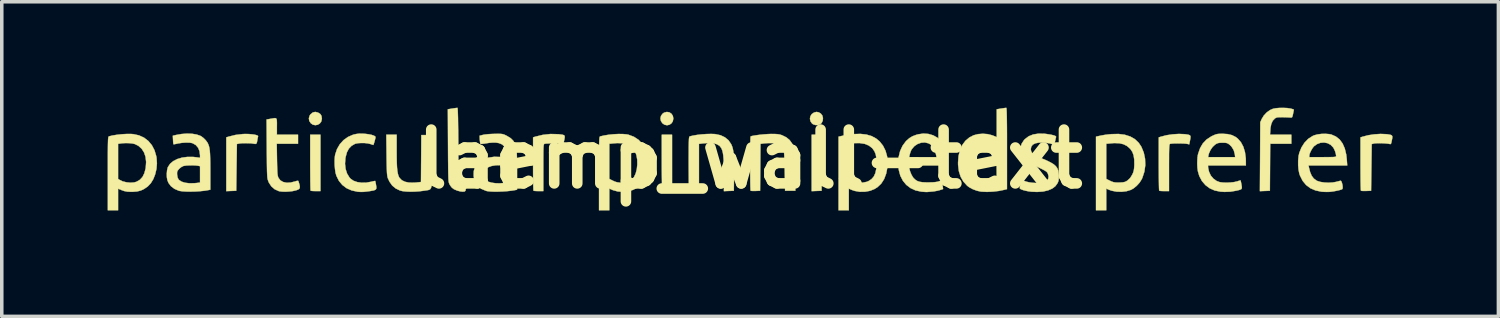
<source format=kicad_pcb>
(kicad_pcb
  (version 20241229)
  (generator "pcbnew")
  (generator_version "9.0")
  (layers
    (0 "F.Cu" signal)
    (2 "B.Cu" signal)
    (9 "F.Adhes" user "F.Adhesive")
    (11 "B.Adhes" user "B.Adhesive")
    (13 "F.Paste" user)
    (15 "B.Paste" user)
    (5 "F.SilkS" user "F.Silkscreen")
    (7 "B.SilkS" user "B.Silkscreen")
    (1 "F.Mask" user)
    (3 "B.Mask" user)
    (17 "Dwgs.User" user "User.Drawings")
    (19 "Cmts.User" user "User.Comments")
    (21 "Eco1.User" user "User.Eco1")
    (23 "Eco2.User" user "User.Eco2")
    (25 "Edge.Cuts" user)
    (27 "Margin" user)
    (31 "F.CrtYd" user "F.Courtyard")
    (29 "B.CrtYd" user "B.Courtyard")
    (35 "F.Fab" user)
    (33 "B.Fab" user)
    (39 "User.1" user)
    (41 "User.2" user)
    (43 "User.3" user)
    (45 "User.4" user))
  (footprint "laemp_wall-text"
    (layer "F.Cu")
    (at 18.202 1.456)
    (property "Reference" "laemp_wall-text" (at 0 0 0) (layer "F.SilkS") (effects (font (size 1.524 1.524) (thickness 0.3))))
    (attr through_hole)
    (fp_poly (pts (xy 2.028 0.104) (xy 2.023 0.898) (xy 1.882 0.903) (xy 1.742 0.909) (xy 1.742 -0.689) (xy 2.032 -0.689) (xy 2.028 0.104)) (stroke (width 0.01) (type solid)) (fill yes) (layer "F.SilkS"))
    (fp_poly (pts (xy -12.174 0.907) (xy -12.307 0.907) (xy -12.373 0.906) (xy -12.425 0.902) (xy -12.451 0.896) (xy -12.452 0.895) (xy -12.455 0.875) (xy -12.457 0.822) (xy -12.459 0.741) (xy -12.461 0.634) (xy -12.462 0.507) (xy -12.463 0.362) (xy -12.464 0.203) (xy -12.464 0.097) (xy -12.464 -0.689) (xy -12.174 -0.689) (xy -12.174 0.907)) (stroke (width 0.01) (type solid)) (fill yes) (layer "F.SilkS"))
    (fp_poly (pts (xy -2.288 -1.323) (xy -2.229 -1.283) (xy -2.19 -1.221) (xy -2.177 -1.148) (xy -2.192 -1.07) (xy -2.232 -1.01) (xy -2.289 -0.972) (xy -2.356 -0.958) (xy -2.426 -0.973) (xy -2.487 -1.015) (xy -2.529 -1.08) (xy -2.542 -1.153) (xy -2.526 -1.224) (xy -2.483 -1.284) (xy -2.437 -1.316) (xy -2.36 -1.335) (xy -2.288 -1.323)) (stroke (width 0.01) (type solid)) (fill yes) (layer "F.SilkS"))
    (fp_poly (pts (xy -2.213 0.907) (xy -2.346 0.907) (xy -2.413 0.906) (xy -2.464 0.902) (xy -2.491 0.896) (xy -2.492 0.895) (xy -2.494 0.875) (xy -2.497 0.822) (xy -2.499 0.741) (xy -2.5 0.634) (xy -2.502 0.507) (xy -2.503 0.362) (xy -2.504 0.203) (xy -2.504 0.097) (xy -2.504 -0.689) (xy -2.213 -0.689) (xy -2.213 0.907)) (stroke (width 0.01) (type solid)) (fill yes) (layer "F.SilkS"))
    (fp_poly (pts (xy 1.944 -1.323) (xy 2.001 -1.288) (xy 2.044 -1.233) (xy 2.062 -1.163) (xy 2.056 -1.09) (xy 2.026 -1.024) (xy 1.989 -0.988) (xy 1.927 -0.964) (xy 1.854 -0.963) (xy 1.786 -0.984) (xy 1.755 -1.005) (xy 1.709 -1.069) (xy 1.693 -1.141) (xy 1.706 -1.213) (xy 1.746 -1.275) (xy 1.809 -1.318) (xy 1.88 -1.336) (xy 1.944 -1.323)) (stroke (width 0.01) (type solid)) (fill yes) (layer "F.SilkS"))
    (fp_poly (pts (xy -12.243 -1.317) (xy -12.238 -1.314) (xy -12.177 -1.275) (xy -12.145 -1.223) (xy -12.134 -1.149) (xy -12.134 -1.136) (xy -12.151 -1.063) (xy -12.193 -1.007) (xy -12.252 -0.972) (xy -12.32 -0.96) (xy -12.39 -0.975) (xy -12.447 -1.015) (xy -12.491 -1.081) (xy -12.502 -1.156) (xy -12.48 -1.231) (xy -12.455 -1.267) (xy -12.392 -1.319) (xy -12.321 -1.336) (xy -12.243 -1.317)) (stroke (width 0.01) (type solid)) (fill yes) (layer "F.SilkS"))
    (fp_poly (pts (xy -14.208 -0.709) (xy -14.115 -0.701) (xy -14.036 -0.69) (xy -13.977 -0.675) (xy -13.944 -0.658) (xy -13.94 -0.645) (xy -13.948 -0.613) (xy -13.958 -0.562) (xy -13.961 -0.541) (xy -13.973 -0.475) (xy -13.988 -0.44) (xy -14.014 -0.428) (xy -14.056 -0.433) (xy -14.07 -0.436) (xy -14.131 -0.445) (xy -14.215 -0.449) (xy -14.308 -0.45) (xy -14.397 -0.448) (xy -14.469 -0.441) (xy -14.487 -0.438) (xy -14.541 -0.426) (xy -14.551 0.236) (xy -14.56 0.898) (xy -14.7 0.903) (xy -14.841 0.909) (xy -14.841 -0.614) (xy -14.782 -0.633) (xy -14.583 -0.683) (xy -14.377 -0.708) (xy -14.309 -0.711) (xy -14.208 -0.709)) (stroke (width 0.01) (type solid)) (fill yes) (layer "F.SilkS"))
    (fp_poly (pts (xy 18.024 -0.705) (xy 18.072 -0.699) (xy 18.138 -0.687) (xy 18.176 -0.671) (xy 18.192 -0.643) (xy 18.19 -0.595) (xy 18.179 -0.536) (xy 18.166 -0.472) (xy 18.155 -0.437) (xy 18.141 -0.424) (xy 18.121 -0.426) (xy 18.118 -0.427) (xy 18.071 -0.436) (xy 17.999 -0.443) (xy 17.913 -0.448) (xy 17.825 -0.45) (xy 17.746 -0.448) (xy 17.687 -0.444) (xy 17.671 -0.441) (xy 17.608 -0.424) (xy 17.599 0.237) (xy 17.59 0.898) (xy 17.453 0.903) (xy 17.385 0.904) (xy 17.333 0.902) (xy 17.304 0.897) (xy 17.303 0.896) (xy 17.3 0.875) (xy 17.298 0.823) (xy 17.295 0.741) (xy 17.293 0.635) (xy 17.292 0.509) (xy 17.291 0.365) (xy 17.29 0.208) (xy 17.29 0.134) (xy 17.29 -0.614) (xy 17.349 -0.633) (xy 17.51 -0.675) (xy 17.686 -0.701) (xy 17.861 -0.712) (xy 18.024 -0.705)) (stroke (width 0.01) (type solid)) (fill yes) (layer "F.SilkS"))
    (fp_poly (pts (xy 15.215 -1.445) (xy 15.306 -1.431) (xy 15.311 -1.43) (xy 15.363 -1.416) (xy 15.396 -1.404) (xy 15.402 -1.398) (xy 15.399 -1.376) (xy 15.389 -1.33) (xy 15.379 -1.279) (xy 15.365 -1.219) (xy 15.352 -1.187) (xy 15.335 -1.176) (xy 15.312 -1.176) (xy 15.274 -1.179) (xy 15.212 -1.182) (xy 15.134 -1.184) (xy 15.092 -1.185) (xy 15.007 -1.186) (xy 14.949 -1.183) (xy 14.91 -1.175) (xy 14.88 -1.16) (xy 14.866 -1.151) (xy 14.804 -1.086) (xy 14.763 -0.997) (xy 14.739 -0.879) (xy 14.736 -0.832) (xy 14.727 -0.689) (xy 15.331 -0.689) (xy 15.331 -0.435) (xy 15.032 -0.435) (xy 14.732 -0.435) (xy 14.723 0.898) (xy 14.44 0.909) (xy 14.446 -0.067) (xy 14.451 -1.043) (xy 14.494 -1.139) (xy 14.553 -1.235) (xy 14.635 -1.322) (xy 14.73 -1.389) (xy 14.81 -1.424) (xy 14.89 -1.44) (xy 14.994 -1.449) (xy 15.106 -1.45) (xy 15.215 -1.445)) (stroke (width 0.01) (type solid)) (fill yes) (layer "F.SilkS"))
    (fp_poly (pts (xy -8.289 -1.433) (xy -8.284 -1.379) (xy -8.281 -1.29) (xy -8.277 -1.165) (xy -8.275 -1.006) (xy -8.272 -0.812) (xy -8.27 -0.584) (xy -8.269 -0.443) (xy -8.264 0.565) (xy -8.205 0.618) (xy -8.139 0.661) (xy -8.089 0.671) (xy -8.033 0.671) (xy -8.046 0.774) (xy -8.055 0.835) (xy -8.063 0.883) (xy -8.068 0.901) (xy -8.093 0.919) (xy -8.144 0.924) (xy -8.213 0.916) (xy -8.293 0.895) (xy -8.305 0.891) (xy -8.39 0.855) (xy -8.451 0.809) (xy -8.5 0.745) (xy -8.515 0.717) (xy -8.524 0.7) (xy -8.531 0.683) (xy -8.537 0.662) (xy -8.542 0.634) (xy -8.546 0.595) (xy -8.549 0.544) (xy -8.551 0.477) (xy -8.553 0.391) (xy -8.555 0.283) (xy -8.556 0.15) (xy -8.558 -0.011) (xy -8.559 -0.203) (xy -8.56 -0.383) (xy -8.565 -1.41) (xy -8.438 -1.431) (xy -8.373 -1.441) (xy -8.321 -1.448) (xy -8.294 -1.451) (xy -8.293 -1.451) (xy -8.289 -1.433)) (stroke (width 0.01) (type solid)) (fill yes) (layer "F.SilkS"))
    (fp_poly (pts (xy -5.434 -0.704) (xy -5.396 -0.7) (xy -5.321 -0.69) (xy -5.276 -0.677) (xy -5.256 -0.654) (xy -5.254 -0.615) (xy -5.265 -0.552) (xy -5.267 -0.543) (xy -5.291 -0.426) (xy -5.353 -0.435) (xy -5.406 -0.44) (xy -5.479 -0.443) (xy -5.563 -0.444) (xy -5.649 -0.444) (xy -5.728 -0.441) (xy -5.79 -0.438) (xy -5.826 -0.432) (xy -5.828 -0.431) (xy -5.837 -0.426) (xy -5.843 -0.414) (xy -5.849 -0.394) (xy -5.853 -0.36) (xy -5.856 -0.31) (xy -5.858 -0.239) (xy -5.859 -0.146) (xy -5.86 -0.025) (xy -5.86 0.126) (xy -5.86 0.244) (xy -5.86 0.907) (xy -5.993 0.907) (xy -6.06 0.906) (xy -6.111 0.902) (xy -6.137 0.896) (xy -6.138 0.895) (xy -6.141 0.875) (xy -6.143 0.822) (xy -6.146 0.741) (xy -6.147 0.635) (xy -6.149 0.509) (xy -6.15 0.365) (xy -6.15 0.208) (xy -6.15 0.134) (xy -6.15 -0.614) (xy -6.091 -0.633) (xy -5.878 -0.685) (xy -5.655 -0.71) (xy -5.434 -0.704)) (stroke (width 0.01) (type solid)) (fill yes) (layer "F.SilkS"))
    (fp_poly (pts (xy 12.309 -0.705) (xy 12.357 -0.699) (xy 12.422 -0.687) (xy 12.459 -0.672) (xy 12.474 -0.645) (xy 12.472 -0.597) (xy 12.462 -0.537) (xy 12.439 -0.416) (xy 12.384 -0.43) (xy 12.34 -0.436) (xy 12.273 -0.441) (xy 12.192 -0.443) (xy 12.105 -0.444) (xy 12.022 -0.443) (xy 11.953 -0.439) (xy 11.907 -0.434) (xy 11.897 -0.431) (xy 11.889 -0.426) (xy 11.882 -0.414) (xy 11.877 -0.394) (xy 11.873 -0.36) (xy 11.87 -0.31) (xy 11.868 -0.239) (xy 11.866 -0.146) (xy 11.866 -0.025) (xy 11.865 0.126) (xy 11.865 0.244) (xy 11.865 0.907) (xy 11.732 0.907) (xy 11.666 0.906) (xy 11.615 0.902) (xy 11.588 0.896) (xy 11.587 0.895) (xy 11.585 0.875) (xy 11.582 0.822) (xy 11.58 0.741) (xy 11.578 0.635) (xy 11.577 0.509) (xy 11.576 0.365) (xy 11.575 0.208) (xy 11.575 0.134) (xy 11.575 -0.614) (xy 11.634 -0.633) (xy 11.795 -0.675) (xy 11.971 -0.701) (xy 12.146 -0.712) (xy 12.309 -0.705)) (stroke (width 0.01) (type solid)) (fill yes) (layer "F.SilkS"))
    (fp_poly (pts (xy -10.015 -0.224) (xy -10.014 -0.041) (xy -10.011 0.11) (xy -10.005 0.232) (xy -9.996 0.33) (xy -9.983 0.406) (xy -9.967 0.466) (xy -9.947 0.512) (xy -9.936 0.53) (xy -9.871 0.598) (xy -9.781 0.643) (xy -9.666 0.667) (xy -9.523 0.669) (xy -9.446 0.663) (xy -9.326 0.65) (xy -9.321 -0.015) (xy -9.316 -0.68) (xy -9.026 -0.68) (xy -9.021 0.076) (xy -9.02 0.266) (xy -9.018 0.422) (xy -9.018 0.548) (xy -9.019 0.648) (xy -9.024 0.725) (xy -9.031 0.782) (xy -9.044 0.823) (xy -9.062 0.85) (xy -9.086 0.867) (xy -9.117 0.877) (xy -9.157 0.884) (xy -9.206 0.891) (xy -9.245 0.897) (xy -9.367 0.913) (xy -9.497 0.922) (xy -9.627 0.925) (xy -9.748 0.92) (xy -9.85 0.908) (xy -9.918 0.892) (xy -10.041 0.833) (xy -10.141 0.75) (xy -10.219 0.639) (xy -10.263 0.544) (xy -10.272 0.517) (xy -10.279 0.482) (xy -10.285 0.438) (xy -10.29 0.378) (xy -10.293 0.299) (xy -10.296 0.197) (xy -10.299 0.068) (xy -10.301 -0.093) (xy -10.301 -0.113) (xy -10.308 -0.689) (xy -10.161 -0.689) (xy -10.015 -0.689) (xy -10.015 -0.224)) (stroke (width 0.01) (type solid)) (fill yes) (layer "F.SilkS"))
    (fp_poly (pts (xy 3.293 -0.694) (xy 3.44 -0.651) (xy 3.569 -0.581) (xy 3.67 -0.496) (xy 3.764 -0.377) (xy 3.834 -0.236) (xy 3.879 -0.077) (xy 3.896 0.092) (xy 3.888 0.234) (xy 3.852 0.414) (xy 3.795 0.566) (xy 3.715 0.692) (xy 3.611 0.792) (xy 3.526 0.847) (xy 3.397 0.899) (xy 3.251 0.926) (xy 3.101 0.927) (xy 2.956 0.901) (xy 2.874 0.872) (xy 2.794 0.837) (xy 2.794 1.451) (xy 2.504 1.451) (xy 2.504 -0.433) (xy 2.794 -0.433) (xy 2.794 0.558) (xy 2.836 0.586) (xy 2.943 0.638) (xy 3.064 0.665) (xy 3.188 0.668) (xy 3.303 0.645) (xy 3.351 0.625) (xy 3.438 0.568) (xy 3.503 0.493) (xy 3.547 0.396) (xy 3.573 0.273) (xy 3.583 0.121) (xy 3.583 0.109) (xy 3.576 -0.026) (xy 3.556 -0.135) (xy 3.519 -0.224) (xy 3.463 -0.302) (xy 3.451 -0.315) (xy 3.36 -0.384) (xy 3.243 -0.431) (xy 3.104 -0.453) (xy 2.943 -0.451) (xy 2.895 -0.445) (xy 2.794 -0.433) (xy 2.504 -0.433) (xy 2.504 -0.634) (xy 2.545 -0.644) (xy 2.651 -0.667) (xy 2.736 -0.683) (xy 2.813 -0.695) (xy 2.897 -0.704) (xy 2.93 -0.707) (xy 3.123 -0.713) (xy 3.293 -0.694)) (stroke (width 0.01) (type solid)) (fill yes) (layer "F.SilkS"))
    (fp_poly (pts (xy -13.433 -1.154) (xy -13.416 -1.131) (xy -13.409 -1.087) (xy -13.407 -1.016) (xy -13.408 -0.925) (xy -13.408 -0.689) (xy -12.809 -0.689) (xy -12.809 -0.435) (xy -13.412 -0.435) (xy -13.405 0.014) (xy -13.402 0.155) (xy -13.399 0.266) (xy -13.396 0.35) (xy -13.392 0.412) (xy -13.386 0.458) (xy -13.378 0.493) (xy -13.369 0.52) (xy -13.362 0.535) (xy -13.309 0.604) (xy -13.232 0.649) (xy -13.135 0.671) (xy -13.023 0.666) (xy -12.903 0.637) (xy -12.84 0.618) (xy -12.806 0.617) (xy -12.799 0.624) (xy -12.771 0.715) (xy -12.758 0.778) (xy -12.761 0.821) (xy -12.783 0.85) (xy -12.825 0.872) (xy -12.874 0.888) (xy -12.957 0.907) (xy -13.058 0.919) (xy -13.163 0.925) (xy -13.26 0.922) (xy -13.338 0.912) (xy -13.354 0.908) (xy -13.471 0.855) (xy -13.565 0.773) (xy -13.635 0.666) (xy -13.648 0.636) (xy -13.657 0.611) (xy -13.665 0.586) (xy -13.672 0.558) (xy -13.677 0.523) (xy -13.681 0.477) (xy -13.684 0.417) (xy -13.687 0.34) (xy -13.689 0.242) (xy -13.691 0.119) (xy -13.692 -0.032) (xy -13.694 -0.214) (xy -13.694 -0.293) (xy -13.7 -1.121) (xy -13.584 -1.141) (xy -13.513 -1.154) (xy -13.464 -1.16) (xy -13.433 -1.154)) (stroke (width 0.01) (type solid)) (fill yes) (layer "F.SilkS"))
    (fp_poly (pts (xy 10.613 -0.688) (xy 10.769 -0.638) (xy 10.901 -0.562) (xy 11.009 -0.458) (xy 11.082 -0.348) (xy 11.15 -0.183) (xy 11.187 -0.006) (xy 11.193 0.177) (xy 11.167 0.358) (xy 11.11 0.532) (xy 11.091 0.573) (xy 11.032 0.667) (xy 10.951 0.756) (xy 10.86 0.831) (xy 10.787 0.872) (xy 10.664 0.91) (xy 10.524 0.927) (xy 10.379 0.923) (xy 10.243 0.897) (xy 10.173 0.873) (xy 10.087 0.836) (xy 10.087 1.451) (xy 9.797 1.451) (xy 9.797 -0.433) (xy 10.087 -0.433) (xy 10.087 0.562) (xy 10.165 0.601) (xy 10.237 0.636) (xy 10.298 0.656) (xy 10.36 0.665) (xy 10.44 0.666) (xy 10.474 0.665) (xy 10.552 0.66) (xy 10.606 0.65) (xy 10.651 0.632) (xy 10.691 0.606) (xy 10.764 0.538) (xy 10.822 0.445) (xy 10.849 0.386) (xy 10.866 0.332) (xy 10.876 0.269) (xy 10.882 0.186) (xy 10.883 0.162) (xy 10.881 0.015) (xy 10.863 -0.105) (xy 10.826 -0.204) (xy 10.769 -0.287) (xy 10.764 -0.292) (xy 10.678 -0.368) (xy 10.577 -0.42) (xy 10.457 -0.448) (xy 10.314 -0.453) (xy 10.207 -0.445) (xy 10.087 -0.433) (xy 9.797 -0.433) (xy 9.797 -0.634) (xy 9.838 -0.644) (xy 9.951 -0.668) (xy 10.046 -0.685) (xy 10.139 -0.697) (xy 10.233 -0.706) (xy 10.434 -0.711) (xy 10.613 -0.688)) (stroke (width 0.01) (type solid)) (fill yes) (layer "F.SilkS"))
    (fp_poly (pts (xy -1 -0.708) (xy -0.986 -0.706) (xy -0.84 -0.675) (xy -0.716 -0.616) (xy -0.615 -0.533) (xy -0.541 -0.425) (xy -0.528 -0.399) (xy -0.506 -0.343) (xy -0.489 -0.281) (xy -0.476 -0.21) (xy -0.466 -0.124) (xy -0.46 -0.02) (xy -0.457 0.108) (xy -0.456 0.264) (xy -0.457 0.408) (xy -0.463 0.898) (xy -0.603 0.903) (xy -0.744 0.909) (xy -0.744 0.45) (xy -0.745 0.268) (xy -0.748 0.119) (xy -0.754 -0.003) (xy -0.762 -0.101) (xy -0.774 -0.179) (xy -0.79 -0.242) (xy -0.81 -0.294) (xy -0.817 -0.309) (xy -0.867 -0.374) (xy -0.942 -0.42) (xy -1.044 -0.447) (xy -1.175 -0.455) (xy -1.335 -0.444) (xy -1.356 -0.442) (xy -1.451 -0.43) (xy -1.451 0.907) (xy -1.584 0.907) (xy -1.651 0.906) (xy -1.702 0.902) (xy -1.729 0.896) (xy -1.73 0.895) (xy -1.732 0.875) (xy -1.735 0.822) (xy -1.737 0.741) (xy -1.739 0.635) (xy -1.74 0.508) (xy -1.741 0.364) (xy -1.742 0.207) (xy -1.742 0.125) (xy -1.742 -0.061) (xy -1.741 -0.214) (xy -1.741 -0.337) (xy -1.739 -0.434) (xy -1.737 -0.508) (xy -1.735 -0.561) (xy -1.731 -0.598) (xy -1.726 -0.622) (xy -1.72 -0.635) (xy -1.713 -0.641) (xy -1.71 -0.643) (xy -1.617 -0.665) (xy -1.499 -0.685) (xy -1.367 -0.7) (xy -1.232 -0.709) (xy -1.106 -0.712) (xy -1 -0.708)) (stroke (width 0.01) (type solid)) (fill yes) (layer "F.SilkS"))
    (fp_poly (pts (xy 0.7 -0.71) (xy 0.777 -0.705) (xy 0.838 -0.695) (xy 0.891 -0.679) (xy 0.904 -0.674) (xy 1.024 -0.615) (xy 1.117 -0.539) (xy 1.188 -0.439) (xy 1.242 -0.31) (xy 1.246 -0.297) (xy 1.255 -0.262) (xy 1.263 -0.222) (xy 1.268 -0.173) (xy 1.273 -0.111) (xy 1.275 -0.03) (xy 1.277 0.073) (xy 1.278 0.204) (xy 1.279 0.354) (xy 1.279 0.898) (xy 0.989 0.898) (xy 0.979 0.345) (xy 0.975 0.164) (xy 0.971 0.018) (xy 0.966 -0.095) (xy 0.96 -0.179) (xy 0.953 -0.235) (xy 0.946 -0.263) (xy 0.898 -0.341) (xy 0.831 -0.403) (xy 0.763 -0.435) (xy 0.697 -0.447) (xy 0.609 -0.452) (xy 0.509 -0.452) (xy 0.412 -0.446) (xy 0.375 -0.442) (xy 0.291 -0.431) (xy 0.286 0.234) (xy 0.281 0.898) (xy 0.153 0.903) (xy 0.088 0.904) (xy 0.038 0.902) (xy 0.013 0.896) (xy 0.013 0.896) (xy 0.01 0.875) (xy 0.007 0.823) (xy 0.005 0.744) (xy 0.003 0.643) (xy 0.002 0.524) (xy 0.001 0.391) (xy 0.000354 0.251) (xy 0.000274 0.106) (xy 0.001 -0.038) (xy 0.001 -0.177) (xy 0.003 -0.305) (xy 0.004 -0.42) (xy 0.006 -0.515) (xy 0.008 -0.587) (xy 0.011 -0.63) (xy 0.014 -0.641) (xy 0.048 -0.653) (xy 0.112 -0.665) (xy 0.195 -0.678) (xy 0.292 -0.69) (xy 0.393 -0.7) (xy 0.491 -0.707) (xy 0.578 -0.711) (xy 0.597 -0.711) (xy 0.7 -0.71)) (stroke (width 0.01) (type solid)) (fill yes) (layer "F.SilkS"))
    (fp_poly (pts (xy -3.608 -0.709) (xy -3.503 -0.7) (xy -3.447 -0.689) (xy -3.293 -0.631) (xy -3.162 -0.545) (xy -3.055 -0.432) (xy -2.974 -0.296) (xy -2.919 -0.137) (xy -2.891 0.044) (xy -2.891 0.045) (xy -2.893 0.207) (xy -2.919 0.366) (xy -2.966 0.515) (xy -3.033 0.645) (xy -3.091 0.721) (xy -3.193 0.808) (xy -3.318 0.873) (xy -3.457 0.914) (xy -3.604 0.929) (xy -3.751 0.918) (xy -3.891 0.879) (xy -3.905 0.873) (xy -3.991 0.836) (xy -3.991 1.451) (xy -4.282 1.451) (xy -4.282 0.409) (xy -4.282 0.188) (xy -4.281 0.001) (xy -4.281 -0.156) (xy -4.28 -0.285) (xy -4.279 -0.388) (xy -4.278 -0.433) (xy -3.991 -0.433) (xy -3.991 0.562) (xy -3.914 0.601) (xy -3.836 0.638) (xy -3.77 0.658) (xy -3.697 0.668) (xy -3.637 0.67) (xy -3.55 0.665) (xy -3.474 0.643) (xy -3.431 0.624) (xy -3.355 0.575) (xy -3.299 0.519) (xy -3.292 0.51) (xy -3.244 0.41) (xy -3.212 0.288) (xy -3.197 0.154) (xy -3.199 0.021) (xy -3.221 -0.103) (xy -3.245 -0.172) (xy -3.308 -0.28) (xy -3.389 -0.361) (xy -3.491 -0.416) (xy -3.615 -0.447) (xy -3.765 -0.453) (xy -3.872 -0.445) (xy -3.991 -0.433) (xy -4.278 -0.433) (xy -4.277 -0.47) (xy -4.275 -0.531) (xy -4.272 -0.576) (xy -4.268 -0.606) (xy -4.264 -0.626) (xy -4.258 -0.636) (xy -4.252 -0.641) (xy -4.25 -0.642) (xy -4.136 -0.668) (xy -4.006 -0.689) (xy -3.869 -0.703) (xy -3.733 -0.71) (xy -3.608 -0.709)) (stroke (width 0.01) (type solid)) (fill yes) (layer "F.SilkS"))
    (fp_poly (pts (xy -17.54 -0.711) (xy -17.475 -0.706) (xy -17.315 -0.671) (xy -17.172 -0.606) (xy -17.05 -0.512) (xy -16.95 -0.392) (xy -16.875 -0.249) (xy -16.826 -0.083) (xy -16.817 -0.031) (xy -16.807 0.123) (xy -16.82 0.279) (xy -16.855 0.429) (xy -16.908 0.566) (xy -16.979 0.683) (xy -17.065 0.774) (xy -17.07 0.778) (xy -17.168 0.846) (xy -17.265 0.892) (xy -17.371 0.918) (xy -17.497 0.928) (xy -17.546 0.928) (xy -17.647 0.923) (xy -17.732 0.906) (xy -17.798 0.883) (xy -17.907 0.839) (xy -17.907 1.451) (xy -18.197 1.451) (xy -18.197 0.409) (xy -18.197 0.188) (xy -18.197 0.001) (xy -18.197 -0.156) (xy -18.196 -0.285) (xy -18.195 -0.389) (xy -18.194 -0.431) (xy -17.907 -0.431) (xy -17.907 0.562) (xy -17.862 0.591) (xy -17.774 0.633) (xy -17.668 0.659) (xy -17.556 0.67) (xy -17.452 0.662) (xy -17.385 0.643) (xy -17.289 0.587) (xy -17.215 0.507) (xy -17.162 0.4) (xy -17.126 0.264) (xy -17.123 0.244) (xy -17.112 0.084) (xy -17.128 -0.061) (xy -17.171 -0.187) (xy -17.239 -0.293) (xy -17.331 -0.375) (xy -17.434 -0.426) (xy -17.503 -0.442) (xy -17.594 -0.451) (xy -17.695 -0.453) (xy -17.792 -0.448) (xy -17.839 -0.442) (xy -17.907 -0.431) (xy -18.194 -0.431) (xy -18.193 -0.47) (xy -18.191 -0.531) (xy -18.188 -0.576) (xy -18.184 -0.607) (xy -18.179 -0.626) (xy -18.174 -0.637) (xy -18.167 -0.642) (xy -18.166 -0.643) (xy -18.063 -0.668) (xy -17.937 -0.688) (xy -17.8 -0.703) (xy -17.663 -0.711) (xy -17.54 -0.711)) (stroke (width 0.01) (type solid)) (fill yes) (layer "F.SilkS"))
    (fp_poly (pts (xy -10.899 -0.714) (xy -10.808 -0.702) (xy -10.727 -0.686) (xy -10.663 -0.665) (xy -10.623 -0.642) (xy -10.614 -0.623) (xy -10.618 -0.594) (xy -10.629 -0.547) (xy -10.644 -0.492) (xy -10.659 -0.442) (xy -10.671 -0.408) (xy -10.676 -0.399) (xy -10.695 -0.405) (xy -10.736 -0.419) (xy -10.761 -0.427) (xy -10.832 -0.444) (xy -10.922 -0.454) (xy -11.019 -0.455) (xy -11.109 -0.45) (xy -11.18 -0.436) (xy -11.196 -0.431) (xy -11.294 -0.374) (xy -11.37 -0.295) (xy -11.425 -0.19) (xy -11.461 -0.056) (xy -11.467 -0.023) (xy -11.478 0.134) (xy -11.462 0.28) (xy -11.42 0.411) (xy -11.354 0.52) (xy -11.319 0.559) (xy -11.238 0.615) (xy -11.133 0.652) (xy -11.011 0.67) (xy -10.878 0.668) (xy -10.741 0.644) (xy -10.737 0.643) (xy -10.679 0.629) (xy -10.638 0.621) (xy -10.623 0.62) (xy -10.617 0.64) (xy -10.608 0.685) (xy -10.599 0.735) (xy -10.59 0.799) (xy -10.594 0.843) (xy -10.617 0.87) (xy -10.663 0.888) (xy -10.74 0.902) (xy -10.756 0.905) (xy -10.866 0.92) (xy -10.951 0.929) (xy -11.022 0.931) (xy -11.089 0.928) (xy -11.122 0.925) (xy -11.288 0.889) (xy -11.432 0.826) (xy -11.553 0.735) (xy -11.651 0.617) (xy -11.722 0.474) (xy -11.746 0.39) (xy -11.762 0.281) (xy -11.772 0.16) (xy -11.773 0.04) (xy -11.766 -0.068) (xy -11.757 -0.125) (xy -11.705 -0.282) (xy -11.625 -0.42) (xy -11.52 -0.536) (xy -11.393 -0.627) (xy -11.248 -0.69) (xy -11.167 -0.709) (xy -11.086 -0.719) (xy -10.994 -0.72) (xy -10.899 -0.714)) (stroke (width 0.01) (type solid)) (fill yes) (layer "F.SilkS"))
    (fp_poly (pts (xy 7.26 -1.437) (xy 7.264 -1.392) (xy 7.267 -1.317) (xy 7.27 -1.21) (xy 7.272 -1.071) (xy 7.274 -0.899) (xy 7.275 -0.692) (xy 7.275 -0.45) (xy 7.275 -0.3) (xy 7.275 0.851) (xy 7.207 0.869) (xy 7.051 0.902) (xy 6.88 0.922) (xy 6.711 0.93) (xy 6.557 0.923) (xy 6.54 0.922) (xy 6.426 0.898) (xy 6.31 0.855) (xy 6.206 0.799) (xy 6.147 0.755) (xy 6.04 0.637) (xy 5.962 0.501) (xy 5.912 0.343) (xy 5.89 0.163) (xy 5.89 0.141) (xy 6.195 0.141) (xy 6.204 0.252) (xy 6.223 0.348) (xy 6.238 0.39) (xy 6.306 0.504) (xy 6.394 0.588) (xy 6.504 0.645) (xy 6.531 0.654) (xy 6.578 0.662) (xy 6.65 0.667) (xy 6.733 0.669) (xy 6.817 0.668) (xy 6.89 0.663) (xy 6.917 0.66) (xy 6.986 0.648) (xy 6.981 0.147) (xy 6.976 -0.354) (xy 6.885 -0.399) (xy 6.797 -0.43) (xy 6.694 -0.449) (xy 6.59 -0.452) (xy 6.497 -0.441) (xy 6.455 -0.428) (xy 6.369 -0.374) (xy 6.293 -0.294) (xy 6.238 -0.199) (xy 6.229 -0.175) (xy 6.207 -0.085) (xy 6.196 0.025) (xy 6.195 0.141) (xy 5.89 0.141) (xy 5.889 0.1) (xy 5.903 -0.086) (xy 5.943 -0.253) (xy 6.008 -0.397) (xy 6.098 -0.518) (xy 6.21 -0.612) (xy 6.328 -0.673) (xy 6.453 -0.706) (xy 6.592 -0.717) (xy 6.731 -0.706) (xy 6.858 -0.673) (xy 6.872 -0.668) (xy 6.985 -0.621) (xy 6.985 -1.41) (xy 7.111 -1.431) (xy 7.176 -1.441) (xy 7.228 -1.448) (xy 7.256 -1.451) (xy 7.256 -1.451) (xy 7.26 -1.437)) (stroke (width 0.01) (type solid)) (fill yes) (layer "F.SilkS"))
    (fp_poly (pts (xy 5.049 -0.712) (xy 5.185 -0.672) (xy 5.307 -0.604) (xy 5.41 -0.512) (xy 5.47 -0.429) (xy 5.515 -0.326) (xy 5.548 -0.198) (xy 5.566 -0.055) (xy 5.57 0.032) (xy 5.57 0.181) (xy 4.495 0.181) (xy 4.507 0.258) (xy 4.529 0.345) (xy 4.565 0.435) (xy 4.608 0.511) (xy 4.632 0.541) (xy 4.683 0.589) (xy 4.738 0.623) (xy 4.804 0.645) (xy 4.889 0.657) (xy 5 0.661) (xy 5.044 0.661) (xy 5.161 0.659) (xy 5.249 0.652) (xy 5.314 0.641) (xy 5.346 0.631) (xy 5.389 0.615) (xy 5.415 0.614) (xy 5.432 0.631) (xy 5.442 0.673) (xy 5.452 0.745) (xy 5.452 0.748) (xy 5.465 0.848) (xy 5.377 0.878) (xy 5.306 0.897) (xy 5.224 0.912) (xy 5.18 0.918) (xy 5.112 0.924) (xy 5.054 0.929) (xy 5.026 0.932) (xy 4.985 0.933) (xy 4.922 0.929) (xy 4.85 0.923) (xy 4.844 0.922) (xy 4.685 0.888) (xy 4.544 0.823) (xy 4.423 0.731) (xy 4.326 0.613) (xy 4.254 0.473) (xy 4.211 0.312) (xy 4.21 0.308) (xy 4.194 0.119) (xy 4.207 -0.054) (xy 4.503 -0.054) (xy 5.279 -0.054) (xy 5.268 -0.113) (xy 5.233 -0.241) (xy 5.178 -0.343) (xy 5.104 -0.417) (xy 5.049 -0.447) (xy 4.949 -0.471) (xy 4.844 -0.463) (xy 4.742 -0.427) (xy 4.652 -0.366) (xy 4.58 -0.282) (xy 4.562 -0.251) (xy 4.541 -0.201) (xy 4.523 -0.14) (xy 4.52 -0.129) (xy 4.503 -0.054) (xy 4.207 -0.054) (xy 4.207 -0.06) (xy 4.248 -0.226) (xy 4.316 -0.375) (xy 4.409 -0.501) (xy 4.425 -0.518) (xy 4.508 -0.591) (xy 4.594 -0.644) (xy 4.698 -0.684) (xy 4.758 -0.701) (xy 4.905 -0.722) (xy 5.049 -0.712)) (stroke (width 0.01) (type solid)) (fill yes) (layer "F.SilkS"))
    (fp_poly (pts (xy 13.526 -0.707) (xy 13.648 -0.678) (xy 13.752 -0.626) (xy 13.814 -0.578) (xy 13.903 -0.476) (xy 13.971 -0.348) (xy 14.017 -0.196) (xy 14.04 -0.024) (xy 14.042 0.05) (xy 14.043 0.181) (xy 12.972 0.181) (xy 12.972 0.223) (xy 12.977 0.264) (xy 12.99 0.324) (xy 13.001 0.364) (xy 13.049 0.468) (xy 13.123 0.556) (xy 13.215 0.621) (xy 13.303 0.654) (xy 13.389 0.665) (xy 13.495 0.669) (xy 13.606 0.664) (xy 13.71 0.652) (xy 13.794 0.633) (xy 13.806 0.629) (xy 13.855 0.613) (xy 13.886 0.606) (xy 13.893 0.606) (xy 13.898 0.625) (xy 13.908 0.671) (xy 13.918 0.725) (xy 13.928 0.786) (xy 13.928 0.826) (xy 13.912 0.852) (xy 13.874 0.87) (xy 13.81 0.887) (xy 13.771 0.896) (xy 13.605 0.924) (xy 13.436 0.93) (xy 13.322 0.923) (xy 13.162 0.891) (xy 13.02 0.829) (xy 12.898 0.738) (xy 12.798 0.622) (xy 12.724 0.482) (xy 12.684 0.348) (xy 12.67 0.245) (xy 12.665 0.124) (xy 12.669 0.002) (xy 12.675 -0.054) (xy 12.973 -0.054) (xy 13.739 -0.054) (xy 13.73 -0.135) (xy 13.699 -0.251) (xy 13.637 -0.352) (xy 13.582 -0.407) (xy 13.542 -0.436) (xy 13.505 -0.453) (xy 13.46 -0.461) (xy 13.392 -0.463) (xy 13.38 -0.463) (xy 13.307 -0.461) (xy 13.256 -0.453) (xy 13.214 -0.437) (xy 13.169 -0.408) (xy 13.099 -0.342) (xy 13.039 -0.255) (xy 12.996 -0.159) (xy 12.984 -0.113) (xy 12.973 -0.054) (xy 12.675 -0.054) (xy 12.681 -0.107) (xy 12.691 -0.151) (xy 12.747 -0.311) (xy 12.824 -0.443) (xy 12.926 -0.551) (xy 13.054 -0.636) (xy 13.076 -0.648) (xy 13.147 -0.681) (xy 13.201 -0.702) (xy 13.254 -0.712) (xy 13.319 -0.716) (xy 13.379 -0.717) (xy 13.526 -0.707)) (stroke (width 0.01) (type solid)) (fill yes) (layer "F.SilkS"))
    (fp_poly (pts (xy 16.411 -0.706) (xy 16.466 -0.694) (xy 16.593 -0.638) (xy 16.699 -0.554) (xy 16.783 -0.44) (xy 16.845 -0.298) (xy 16.886 -0.126) (xy 16.901 0.007) (xy 16.914 0.181) (xy 15.818 0.181) (xy 15.83 0.24) (xy 15.864 0.373) (xy 15.909 0.476) (xy 15.967 0.552) (xy 16.041 0.607) (xy 16.071 0.622) (xy 16.156 0.648) (xy 16.263 0.664) (xy 16.381 0.67) (xy 16.496 0.664) (xy 16.592 0.648) (xy 16.654 0.632) (xy 16.704 0.619) (xy 16.727 0.614) (xy 16.744 0.626) (xy 16.761 0.664) (xy 16.775 0.716) (xy 16.784 0.771) (xy 16.785 0.819) (xy 16.777 0.848) (xy 16.775 0.85) (xy 16.742 0.866) (xy 16.682 0.883) (xy 16.606 0.9) (xy 16.524 0.915) (xy 16.445 0.926) (xy 16.41 0.929) (xy 16.329 0.931) (xy 16.237 0.928) (xy 16.183 0.924) (xy 16.017 0.889) (xy 15.872 0.827) (xy 15.75 0.736) (xy 15.652 0.618) (xy 15.579 0.475) (xy 15.556 0.408) (xy 15.535 0.303) (xy 15.524 0.178) (xy 15.524 0.047) (xy 15.533 -0.054) (xy 15.839 -0.054) (xy 16.22 -0.054) (xy 16.347 -0.055) (xy 16.442 -0.056) (xy 16.51 -0.057) (xy 16.556 -0.061) (xy 16.583 -0.066) (xy 16.596 -0.073) (xy 16.6 -0.083) (xy 16.601 -0.086) (xy 16.59 -0.156) (xy 16.564 -0.237) (xy 16.527 -0.313) (xy 16.516 -0.33) (xy 16.446 -0.403) (xy 16.358 -0.45) (xy 16.259 -0.469) (xy 16.156 -0.461) (xy 16.058 -0.424) (xy 15.977 -0.366) (xy 15.936 -0.317) (xy 15.895 -0.25) (xy 15.861 -0.18) (xy 15.842 -0.118) (xy 15.839 -0.095) (xy 15.839 -0.054) (xy 15.533 -0.054) (xy 15.535 -0.077) (xy 15.555 -0.172) (xy 15.618 -0.329) (xy 15.704 -0.464) (xy 15.81 -0.573) (xy 15.934 -0.653) (xy 15.979 -0.673) (xy 16.073 -0.698) (xy 16.185 -0.713) (xy 16.303 -0.715) (xy 16.411 -0.706)) (stroke (width 0.01) (type solid)) (fill yes) (layer "F.SilkS"))
    (fp_poly (pts (xy -7.074 -0.714) (xy -7.025 -0.709) (xy -6.984 -0.699) (xy -6.943 -0.682) (xy -6.893 -0.657) (xy -6.886 -0.653) (xy -6.781 -0.588) (xy -6.712 -0.519) (xy -6.711 -0.517) (xy -6.683 -0.474) (xy -6.66 -0.429) (xy -6.642 -0.378) (xy -6.628 -0.317) (xy -6.618 -0.242) (xy -6.611 -0.148) (xy -6.607 -0.03) (xy -6.605 0.114) (xy -6.604 0.289) (xy -6.604 0.32) (xy -6.604 0.868) (xy -6.654 0.878) (xy -6.76 0.896) (xy -6.881 0.909) (xy -7.011 0.918) (xy -7.141 0.923) (xy -7.263 0.923) (xy -7.369 0.918) (xy -7.451 0.908) (xy -7.484 0.9) (xy -7.613 0.845) (xy -7.711 0.771) (xy -7.78 0.677) (xy -7.822 0.56) (xy -7.833 0.477) (xy -7.832 0.409) (xy -7.542 0.409) (xy -7.536 0.49) (xy -7.51 0.563) (xy -7.475 0.608) (xy -7.414 0.643) (xy -7.327 0.669) (xy -7.219 0.684) (xy -7.101 0.688) (xy -6.978 0.678) (xy -6.894 0.666) (xy -6.894 0.201) (xy -6.962 0.188) (xy -7.086 0.173) (xy -7.21 0.176) (xy -7.325 0.196) (xy -7.422 0.232) (xy -7.488 0.276) (xy -7.526 0.334) (xy -7.542 0.409) (xy -7.832 0.409) (xy -7.83 0.34) (xy -7.796 0.223) (xy -7.732 0.126) (xy -7.637 0.048) (xy -7.571 0.013) (xy -7.417 -0.04) (xy -7.252 -0.064) (xy -7.072 -0.059) (xy -6.951 -0.042) (xy -6.889 -0.031) (xy -6.898 -0.15) (xy -6.919 -0.266) (xy -6.962 -0.354) (xy -7.029 -0.416) (xy -7.121 -0.453) (xy -7.208 -0.467) (xy -7.294 -0.467) (xy -7.397 -0.459) (xy -7.474 -0.447) (xy -7.545 -0.435) (xy -7.602 -0.429) (xy -7.636 -0.429) (xy -7.641 -0.431) (xy -7.649 -0.455) (xy -7.656 -0.504) (xy -7.66 -0.553) (xy -7.665 -0.661) (xy -7.566 -0.686) (xy -7.507 -0.696) (xy -7.423 -0.705) (xy -7.326 -0.711) (xy -7.237 -0.714) (xy -7.142 -0.715) (xy -7.074 -0.714)) (stroke (width 0.01) (type solid)) (fill yes) (layer "F.SilkS"))
    (fp_poly (pts (xy 8.338 -0.717) (xy 8.403 -0.709) (xy 8.522 -0.69) (xy 8.606 -0.67) (xy 8.654 -0.65) (xy 8.667 -0.63) (xy 8.667 -0.628) (xy 8.659 -0.6) (xy 8.647 -0.548) (xy 8.637 -0.504) (xy 8.616 -0.401) (xy 8.54 -0.429) (xy 8.485 -0.444) (xy 8.409 -0.456) (xy 8.325 -0.465) (xy 8.308 -0.467) (xy 8.18 -0.466) (xy 8.079 -0.446) (xy 8.006 -0.408) (xy 7.963 -0.352) (xy 7.95 -0.281) (xy 7.954 -0.249) (xy 7.967 -0.205) (xy 7.993 -0.166) (xy 8.036 -0.13) (xy 8.1 -0.092) (xy 8.192 -0.049) (xy 8.261 -0.019) (xy 8.403 0.042) (xy 8.514 0.097) (xy 8.598 0.148) (xy 8.658 0.201) (xy 8.699 0.257) (xy 8.725 0.322) (xy 8.738 0.399) (xy 8.742 0.456) (xy 8.744 0.537) (xy 8.738 0.596) (xy 8.724 0.646) (xy 8.708 0.682) (xy 8.646 0.768) (xy 8.555 0.837) (xy 8.436 0.888) (xy 8.294 0.92) (xy 8.129 0.931) (xy 7.974 0.925) (xy 7.886 0.914) (xy 7.801 0.897) (xy 7.727 0.877) (xy 7.672 0.856) (xy 7.641 0.836) (xy 7.638 0.828) (xy 7.642 0.789) (xy 7.651 0.736) (xy 7.664 0.679) (xy 7.677 0.631) (xy 7.689 0.602) (xy 7.692 0.599) (xy 7.715 0.604) (xy 7.761 0.619) (xy 7.812 0.637) (xy 7.896 0.658) (xy 7.998 0.672) (xy 8.107 0.678) (xy 8.211 0.676) (xy 8.298 0.665) (xy 8.332 0.656) (xy 8.403 0.616) (xy 8.445 0.557) (xy 8.454 0.485) (xy 8.43 0.404) (xy 8.427 0.398) (xy 8.414 0.379) (xy 8.394 0.358) (xy 8.362 0.336) (xy 8.316 0.309) (xy 8.25 0.275) (xy 8.162 0.233) (xy 8.047 0.179) (xy 7.952 0.136) (xy 7.835 0.067) (xy 7.746 -0.018) (xy 7.686 -0.115) (xy 7.656 -0.22) (xy 7.658 -0.328) (xy 7.691 -0.435) (xy 7.757 -0.536) (xy 7.783 -0.564) (xy 7.888 -0.644) (xy 8.016 -0.696) (xy 8.165 -0.72) (xy 8.338 -0.717)) (stroke (width 0.01) (type solid)) (fill yes) (layer "F.SilkS"))
    (fp_poly (pts (xy -15.81 -0.716) (xy -15.683 -0.695) (xy -15.58 -0.66) (xy -15.576 -0.658) (xy -15.498 -0.606) (xy -15.425 -0.535) (xy -15.371 -0.46) (xy -15.368 -0.454) (xy -15.348 -0.409) (xy -15.331 -0.361) (xy -15.319 -0.303) (xy -15.309 -0.232) (xy -15.302 -0.144) (xy -15.298 -0.034) (xy -15.295 0.102) (xy -15.294 0.269) (xy -15.294 0.335) (xy -15.294 0.868) (xy -15.344 0.878) (xy -15.454 0.897) (xy -15.579 0.91) (xy -15.713 0.919) (xy -15.847 0.922) (xy -15.972 0.921) (xy -16.082 0.914) (xy -16.167 0.902) (xy -16.191 0.895) (xy -16.311 0.843) (xy -16.408 0.769) (xy -16.478 0.677) (xy -16.51 0.599) (xy -16.525 0.514) (xy -16.527 0.416) (xy -16.527 0.411) (xy -16.236 0.411) (xy -16.234 0.449) (xy -16.222 0.52) (xy -16.199 0.569) (xy -16.179 0.593) (xy -16.109 0.64) (xy -16.011 0.671) (xy -15.889 0.686) (xy -15.748 0.684) (xy -15.68 0.678) (xy -15.585 0.666) (xy -15.585 0.202) (xy -15.644 0.189) (xy -15.709 0.181) (xy -15.794 0.177) (xy -15.886 0.178) (xy -15.972 0.183) (xy -16.04 0.193) (xy -16.061 0.198) (xy -16.115 0.226) (xy -16.169 0.269) (xy -16.185 0.285) (xy -16.218 0.327) (xy -16.234 0.364) (xy -16.236 0.411) (xy -16.527 0.411) (xy -16.519 0.32) (xy -16.5 0.24) (xy -16.494 0.226) (xy -16.433 0.134) (xy -16.343 0.058) (xy -16.228 -0.001) (xy -16.093 -0.041) (xy -15.941 -0.061) (xy -15.777 -0.06) (xy -15.68 -0.049) (xy -15.585 -0.035) (xy -15.585 -0.104) (xy -15.599 -0.222) (xy -15.64 -0.321) (xy -15.705 -0.397) (xy -15.792 -0.447) (xy -15.814 -0.454) (xy -15.888 -0.466) (xy -15.985 -0.467) (xy -16.093 -0.46) (xy -16.2 -0.444) (xy -16.248 -0.433) (xy -16.298 -0.423) (xy -16.331 -0.419) (xy -16.337 -0.42) (xy -16.342 -0.44) (xy -16.347 -0.487) (xy -16.35 -0.544) (xy -16.356 -0.661) (xy -16.256 -0.684) (xy -16.105 -0.71) (xy -15.954 -0.721) (xy -15.81 -0.716)) (stroke (width 0.01) (type solid)) (fill yes) (layer "F.SilkS")))
  (gr_rect
    (start -3 -3)
    (end 39.399 5.913)
    (stroke (width 0.1) (type default))
    (fill no)
    (layer "Edge.Cuts")))
</source>
